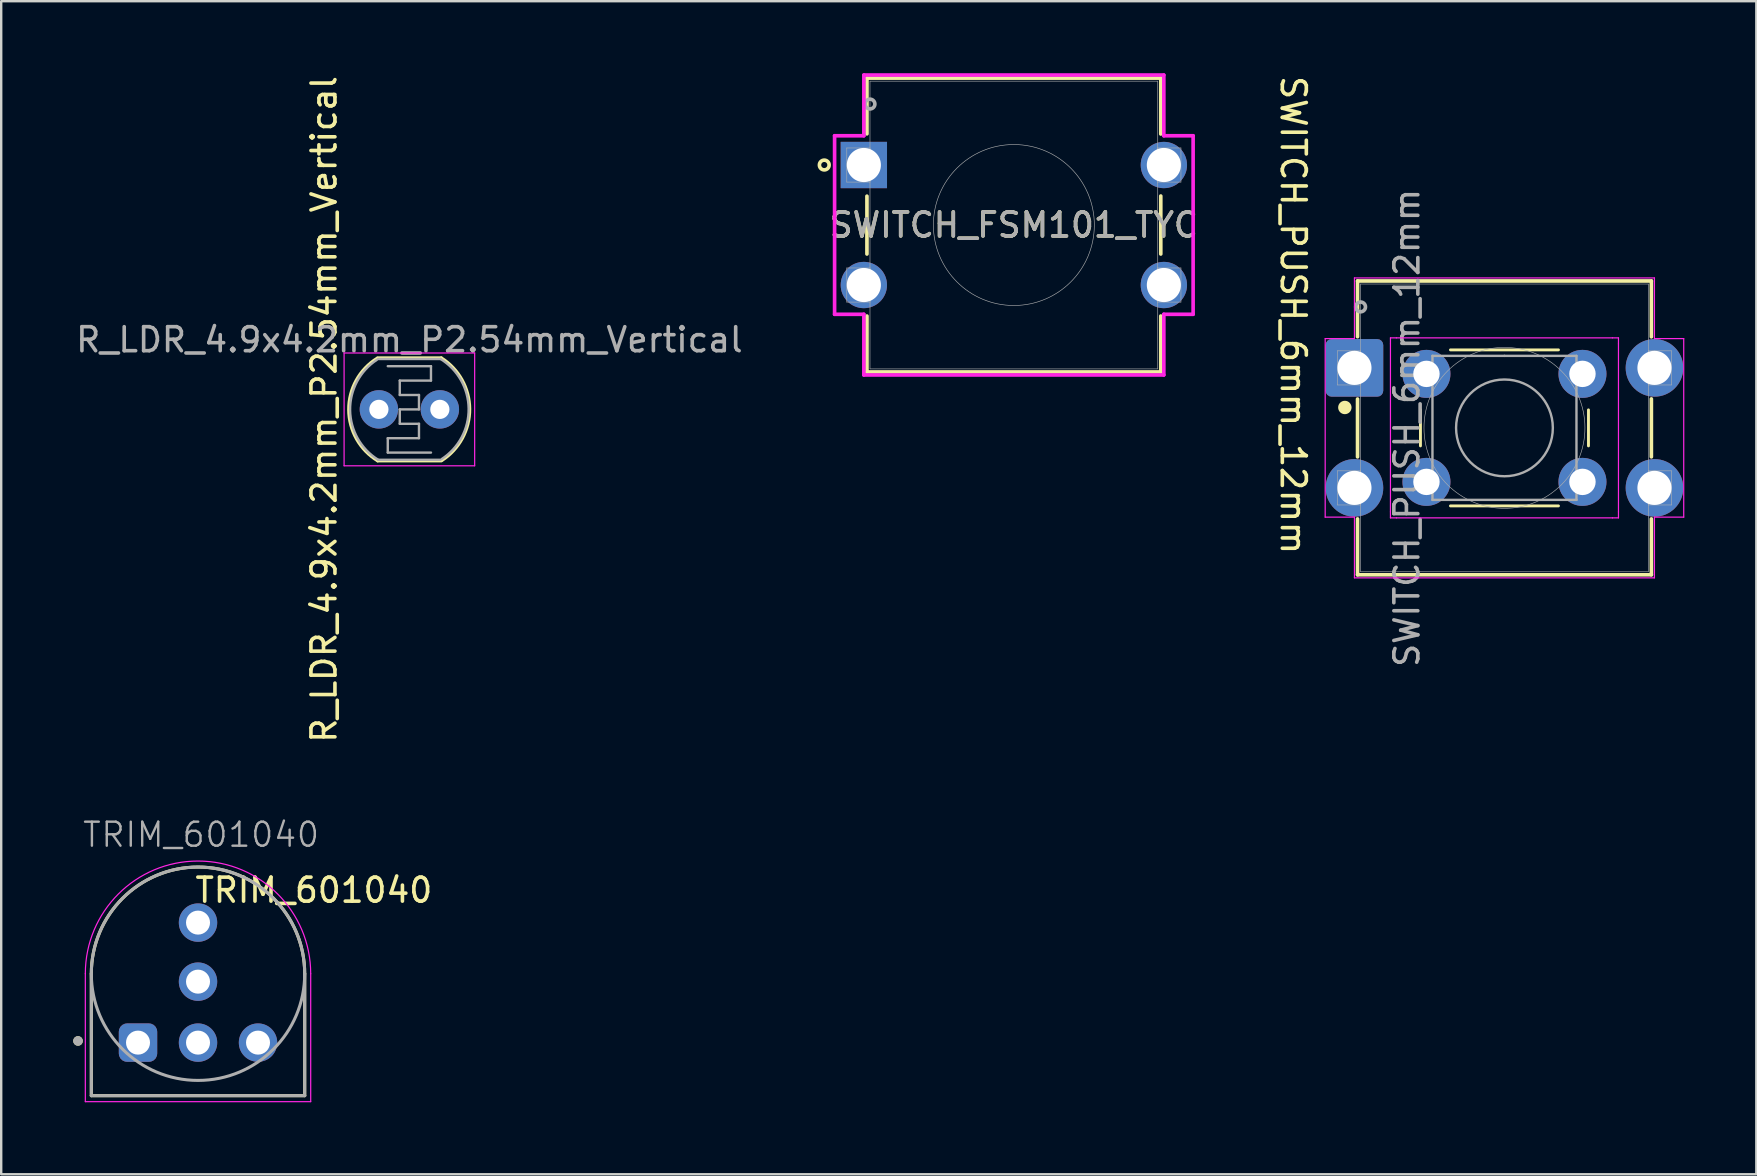
<source format=kicad_pcb>
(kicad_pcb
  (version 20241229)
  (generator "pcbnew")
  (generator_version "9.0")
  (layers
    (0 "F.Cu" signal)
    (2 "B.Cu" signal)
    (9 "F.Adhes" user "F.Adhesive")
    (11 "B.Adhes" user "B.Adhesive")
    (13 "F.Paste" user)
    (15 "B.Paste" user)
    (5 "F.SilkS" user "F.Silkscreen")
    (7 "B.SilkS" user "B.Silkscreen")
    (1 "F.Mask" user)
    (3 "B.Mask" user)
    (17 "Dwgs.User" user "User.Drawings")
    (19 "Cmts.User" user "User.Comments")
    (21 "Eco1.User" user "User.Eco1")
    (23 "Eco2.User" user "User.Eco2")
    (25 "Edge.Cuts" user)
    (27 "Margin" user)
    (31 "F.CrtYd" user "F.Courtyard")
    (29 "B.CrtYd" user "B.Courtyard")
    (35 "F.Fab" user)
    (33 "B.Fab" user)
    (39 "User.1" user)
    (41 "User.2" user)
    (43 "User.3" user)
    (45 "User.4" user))
  (footprint "R_LDR_4.9x4.2mm_P2.54mm_Vertical"
    (layer "F.Cu")
    (at 12.736 14.006)
    (property "Reference" "R_LDR_4.9x4.2mm_P2.54mm_Vertical" (at -2.286 0 90) (layer "F.SilkS") (effects (font (size 1 1) (thickness 0.15))))
    (attr through_hole)
    (fp_line (start -0.05 -2.15) (end 2.6 -2.15) (stroke (width 0.12) (type solid)) (layer "F.SilkS"))
    (fp_line (start -0.05 2.15) (end 2.6 2.15) (stroke (width 0.12) (type solid)) (layer "F.SilkS"))
    (fp_arc (start -0.05 2.15) (mid -1.262424 0.01494) (end -0.075476 -2.134388) (stroke (width 0.12) (type solid)) (layer "F.SilkS"))
    (fp_arc (start 2.6 -2.15) (mid 3.788646 -0.016616) (end 2.628027 2.132145) (stroke (width 0.12) (type solid)) (layer "F.SilkS"))
    (fp_line (start -1.45 -2.35) (end -1.45 2.35) (stroke (width 0.05) (type solid)) (layer "F.CrtYd"))
    (fp_line (start -1.45 -2.35) (end 3.99 -2.35) (stroke (width 0.05) (type solid)) (layer "F.CrtYd"))
    (fp_line (start 3.99 2.35) (end -1.45 2.35) (stroke (width 0.05) (type solid)) (layer "F.CrtYd"))
    (fp_line (start 3.99 2.35) (end 3.99 -2.35) (stroke (width 0.05) (type solid)) (layer "F.CrtYd"))
    (fp_line (start -0.03 -2.1) (end 2.57 -2.1) (stroke (width 0.1) (type solid)) (layer "F.Fab"))
    (fp_line (start 0.37 -1.8) (end 2.17 -1.8) (stroke (width 0.1) (type solid)) (layer "F.Fab"))
    (fp_line (start 0.37 1.2) (end 0.37 1.8) (stroke (width 0.1) (type solid)) (layer "F.Fab"))
    (fp_line (start 0.37 1.2) (end 1.67 1.2) (stroke (width 0.1) (type solid)) (layer "F.Fab"))
    (fp_line (start 0.37 1.8) (end 2.17 1.8) (stroke (width 0.1) (type solid)) (layer "F.Fab"))
    (fp_line (start 0.87 -1.2) (end 0.87 -0.6) (stroke (width 0.1) (type solid)) (layer "F.Fab"))
    (fp_line (start 0.87 -1.2) (end 2.17 -1.2) (stroke (width 0.1) (type solid)) (layer "F.Fab"))
    (fp_line (start 0.87 0) (end 0.87 0.6) (stroke (width 0.1) (type solid)) (layer "F.Fab"))
    (fp_line (start 0.87 0) (end 1.67 0) (stroke (width 0.1) (type solid)) (layer "F.Fab"))
    (fp_line (start 1.67 -0.6) (end 0.87 -0.6) (stroke (width 0.1) (type solid)) (layer "F.Fab"))
    (fp_line (start 1.67 -0.6) (end 1.67 0) (stroke (width 0.1) (type solid)) (layer "F.Fab"))
    (fp_line (start 1.67 0.6) (end 0.87 0.6) (stroke (width 0.1) (type solid)) (layer "F.Fab"))
    (fp_line (start 1.67 0.6) (end 1.67 1.2) (stroke (width 0.1) (type solid)) (layer "F.Fab"))
    (fp_line (start 2.17 -1.8) (end 2.17 -1.2) (stroke (width 0.1) (type solid)) (layer "F.Fab"))
    (fp_line (start 2.57 2.1) (end -0.03 2.1) (stroke (width 0.1) (type solid)) (layer "F.Fab"))
    (fp_arc (start -0.03 2.1) (mid -1.199612 0.031921) (end -0.083843 -2.065698) (stroke (width 0.1) (type solid)) (layer "F.Fab"))
    (fp_arc (start 2.57 -2.1) (mid 3.739612 -0.031921) (end 2.623843 2.065698) (stroke (width 0.1) (type solid)) (layer "F.Fab"))
    (fp_text user "${REFERENCE}" (at 1.27 -2.9 0) (layer "F.Fab") (effects (font (size 1 1) (thickness 0.15))))
    (pad "1" thru_hole circle (at 0 0) (size 1.6 1.6) (drill 0.8) (layers "*.Cu" "*.Mask"))
    (pad "2" thru_hole circle (at 2.54 0) (size 1.6 1.6) (drill 0.8) (layers "*.Cu" "*.Mask")))
  (footprint "SWITCH_PUSH_6mm_12mm"
    (layer "F.Cu")
    (at 59.631 14.777)
    (property "Reference" "SWITCH_PUSH_6mm_12mm" (at -8.8 -4.7 270) (unlocked yes) (layer "F.SilkS") (effects (font (size 1 1) (thickness 0.15))))
    (attr through_hole)
    (fp_line (start -6.121 -6.121) (end -6.121 -3.798) (stroke (width 0.152) (type solid)) (layer "F.SilkS"))
    (fp_line (start -6.121 -1.202) (end -6.121 1.208) (stroke (width 0.152) (type solid)) (layer "F.SilkS"))
    (fp_line (start -6.121 3.792) (end -6.121 6.121) (stroke (width 0.152) (type solid)) (layer "F.SilkS"))
    (fp_line (start -6.121 6.121) (end 6.121 6.121) (stroke (width 0.152) (type solid)) (layer "F.SilkS"))
    (fp_line (start -3.5 -0.75) (end -3.5 0.75) (stroke (width 0.12) (type solid)) (layer "F.SilkS"))
    (fp_line (start -2.25 3.25) (end 2.25 3.25) (stroke (width 0.12) (type solid)) (layer "F.SilkS"))
    (fp_line (start 2.25 -3.25) (end -2.25 -3.25) (stroke (width 0.12) (type solid)) (layer "F.SilkS"))
    (fp_line (start 3.5 0.75) (end 3.5 -0.75) (stroke (width 0.12) (type solid)) (layer "F.SilkS"))
    (fp_line (start 6.121 -6.121) (end -6.121 -6.121) (stroke (width 0.152) (type solid)) (layer "F.SilkS"))
    (fp_line (start 6.121 -3.792) (end 6.121 -6.121) (stroke (width 0.152) (type solid)) (layer "F.SilkS"))
    (fp_line (start 6.121 1.208) (end 6.121 -1.208) (stroke (width 0.152) (type solid)) (layer "F.SilkS"))
    (fp_line (start 6.121 6.121) (end 6.121 3.792) (stroke (width 0.152) (type solid)) (layer "F.SilkS"))
    (fp_circle (center -6.65 -0.85) (end -6.447 -0.85) (stroke (width 0.152) (type solid)) (fill yes) (layer "F.SilkS"))
    (fp_line (start -7.469 -3.719) (end -6.25 -3.719) (stroke (width 0.05) (type solid)) (layer "F.CrtYd"))
    (fp_line (start -7.469 3.719) (end -7.469 -3.719) (stroke (width 0.05) (type solid)) (layer "F.CrtYd"))
    (fp_line (start -7.469 3.719) (end -6.25 3.719) (stroke (width 0.05) (type solid)) (layer "F.CrtYd"))
    (fp_line (start -6.25 -6.248) (end 6.248 -6.248) (stroke (width 0.05) (type solid)) (layer "F.CrtYd"))
    (fp_line (start -6.25 -3.719) (end -6.25 -6.248) (stroke (width 0.05) (type solid)) (layer "F.CrtYd"))
    (fp_line (start -6.25 6.248) (end -6.25 3.719) (stroke (width 0.05) (type solid)) (layer "F.CrtYd"))
    (fp_line (start -4.75 -3.75) (end -4.5 -3.75) (stroke (width 0.05) (type solid)) (layer "F.CrtYd"))
    (fp_line (start -4.75 -3.5) (end -4.75 -3.75) (stroke (width 0.05) (type solid)) (layer "F.CrtYd"))
    (fp_line (start -4.75 3.5) (end -4.75 -3.5) (stroke (width 0.05) (type solid)) (layer "F.CrtYd"))
    (fp_line (start -4.75 3.5) (end -4.75 3.75) (stroke (width 0.05) (type solid)) (layer "F.CrtYd"))
    (fp_line (start -4.75 3.75) (end -4.5 3.75) (stroke (width 0.05) (type solid)) (layer "F.CrtYd"))
    (fp_line (start -4.5 -3.75) (end 4.5 -3.75) (stroke (width 0.05) (type solid)) (layer "F.CrtYd"))
    (fp_line (start 4.5 -3.75) (end 4.75 -3.75) (stroke (width 0.05) (type solid)) (layer "F.CrtYd"))
    (fp_line (start 4.5 3.75) (end -4.5 3.75) (stroke (width 0.05) (type solid)) (layer "F.CrtYd"))
    (fp_line (start 4.5 3.75) (end 4.75 3.75) (stroke (width 0.05) (type solid)) (layer "F.CrtYd"))
    (fp_line (start 4.75 -3.75) (end 4.75 -3.5) (stroke (width 0.05) (type solid)) (layer "F.CrtYd"))
    (fp_line (start 4.75 -3.5) (end 4.75 3.5) (stroke (width 0.05) (type solid)) (layer "F.CrtYd"))
    (fp_line (start 4.75 3.75) (end 4.75 3.5) (stroke (width 0.05) (type solid)) (layer "F.CrtYd"))
    (fp_line (start 6.248 -6.248) (end 6.248 -3.719) (stroke (width 0.05) (type solid)) (layer "F.CrtYd"))
    (fp_line (start 6.248 3.719) (end 6.248 6.248) (stroke (width 0.05) (type solid)) (layer "F.CrtYd"))
    (fp_line (start 6.248 6.248) (end -6.25 6.248) (stroke (width 0.05) (type solid)) (layer "F.CrtYd"))
    (fp_line (start 7.469 -3.719) (end 6.248 -3.719) (stroke (width 0.05) (type solid)) (layer "F.CrtYd"))
    (fp_line (start 7.469 -3.719) (end 7.469 3.719) (stroke (width 0.05) (type solid)) (layer "F.CrtYd"))
    (fp_line (start 7.469 3.719) (end 6.248 3.719) (stroke (width 0.05) (type solid)) (layer "F.CrtYd"))
    (fp_line (start -6.961 -3.211) (end -6.961 -1.789) (stroke (width 0.025) (type solid)) (layer "F.Fab"))
    (fp_line (start -6.961 -1.789) (end -5.994 -1.789) (stroke (width 0.025) (type solid)) (layer "F.Fab"))
    (fp_line (start -6.961 1.789) (end -6.961 3.211) (stroke (width 0.025) (type solid)) (layer "F.Fab"))
    (fp_line (start -6.961 3.211) (end -5.994 3.211) (stroke (width 0.025) (type solid)) (layer "F.Fab"))
    (fp_line (start -5.994 -5.994) (end -5.994 5.994) (stroke (width 0.025) (type solid)) (layer "F.Fab"))
    (fp_line (start -5.994 -3.211) (end -6.961 -3.211) (stroke (width 0.025) (type solid)) (layer "F.Fab"))
    (fp_line (start -5.994 -1.789) (end -5.994 -3.211) (stroke (width 0.025) (type solid)) (layer "F.Fab"))
    (fp_line (start -5.994 1.789) (end -6.961 1.789) (stroke (width 0.025) (type solid)) (layer "F.Fab"))
    (fp_line (start -5.994 3.211) (end -5.994 1.789) (stroke (width 0.025) (type solid)) (layer "F.Fab"))
    (fp_line (start -5.994 5.994) (end 5.994 5.994) (stroke (width 0.025) (type solid)) (layer "F.Fab"))
    (fp_line (start -3 -3) (end 0 -3) (stroke (width 0.1) (type solid)) (layer "F.Fab"))
    (fp_line (start -3 3) (end -3 -3) (stroke (width 0.1) (type solid)) (layer "F.Fab"))
    (fp_line (start 0 -3) (end 3 -3) (stroke (width 0.1) (type solid)) (layer "F.Fab"))
    (fp_line (start 3 -3) (end 3 3) (stroke (width 0.1) (type solid)) (layer "F.Fab"))
    (fp_line (start 3 3) (end -3 3) (stroke (width 0.1) (type solid)) (layer "F.Fab"))
    (fp_line (start 5.994 -5.994) (end -5.994 -5.994) (stroke (width 0.025) (type solid)) (layer "F.Fab"))
    (fp_line (start 5.994 -3.211) (end 5.994 -1.789) (stroke (width 0.025) (type solid)) (layer "F.Fab"))
    (fp_line (start 5.994 -1.789) (end 6.961 -1.789) (stroke (width 0.025) (type solid)) (layer "F.Fab"))
    (fp_line (start 5.994 1.789) (end 5.994 3.211) (stroke (width 0.025) (type solid)) (layer "F.Fab"))
    (fp_line (start 5.994 3.211) (end 6.961 3.211) (stroke (width 0.025) (type solid)) (layer "F.Fab"))
    (fp_line (start 5.994 5.994) (end 5.994 -5.994) (stroke (width 0.025) (type solid)) (layer "F.Fab"))
    (fp_line (start 6.961 -3.211) (end 5.994 -3.211) (stroke (width 0.025) (type solid)) (layer "F.Fab"))
    (fp_line (start 6.961 -1.789) (end 6.961 -3.211) (stroke (width 0.025) (type solid)) (layer "F.Fab"))
    (fp_line (start 6.961 1.789) (end 5.994 1.789) (stroke (width 0.025) (type solid)) (layer "F.Fab"))
    (fp_line (start 6.961 3.211) (end 6.961 1.789) (stroke (width 0.025) (type solid)) (layer "F.Fab"))
    (fp_circle (center -5.994 -5.04) (end -5.791 -5.04) (stroke (width 0.152) (type solid)) (fill no) (layer "F.Fab"))
    (fp_circle (center 0 0) (end -2 0.25) (stroke (width 0.1) (type solid)) (fill no) (layer "F.Fab"))
    (fp_circle (center 0 0) (end 3.353 0) (stroke (width 0.025) (type solid)) (fill no) (layer "F.Fab"))
    (fp_text user "${REFERENCE}" (at -4.064 0 90) (layer "F.Fab") (effects (font (size 1 1) (thickness 0.15))))
    (pad "1" thru_hole roundrect (at -6.25 -2.5) (size 2.4 2.4) (drill 1.422) (layers "*.Cu" "*.Mask") (roundrect_rratio 0.104))
    (pad "1" thru_hole circle (at -3.25 -2.25 90) (size 2 2) (drill 1.1) (layers "*.Cu" "*.Mask"))
    (pad "1" thru_hole circle (at 3.25 -2.25 90) (size 2 2) (drill 1.1) (layers "*.Cu" "*.Mask"))
    (pad "1" thru_hole circle (at 6.25 -2.5) (size 2.4 2.4) (drill 1.422) (layers "*.Cu" "*.Mask"))
    (pad "2" thru_hole circle (at -6.25 2.5) (size 2.4 2.4) (drill 1.422) (layers "*.Cu" "*.Mask"))
    (pad "2" thru_hole circle (at -3.25 2.25 90) (size 2 2) (drill 1.1) (layers "*.Cu" "*.Mask"))
    (pad "2" thru_hole circle (at 3.25 2.25 90) (size 2 2) (drill 1.1) (layers "*.Cu" "*.Mask"))
    (pad "2" thru_hole circle (at 6.25 2.5) (size 2.4 2.4) (drill 1.422) (layers "*.Cu" "*.Mask")))
  (footprint "SWITCH_FSM101_TYC"
    (layer "F.Cu")
    (at 32.941 3.825)
    (property "Reference" "SWITCH_FSM101_TYC" (at 6.25 2.5 0) (unlocked yes) (layer "F.SilkS") (effects (font (size 1 1) (thickness 0.15))))
    (attr through_hole)
    (fp_line (start 0.129 -3.621) (end 0.129 -1.298) (stroke (width 0.152) (type solid)) (layer "F.SilkS"))
    (fp_line (start 0.129 1.298) (end 0.129 3.708) (stroke (width 0.152) (type solid)) (layer "F.SilkS"))
    (fp_line (start 0.129 6.292) (end 0.129 8.621) (stroke (width 0.152) (type solid)) (layer "F.SilkS"))
    (fp_line (start 0.129 8.621) (end 12.371 8.621) (stroke (width 0.152) (type solid)) (layer "F.SilkS"))
    (fp_line (start 12.371 -3.621) (end 0.129 -3.621) (stroke (width 0.152) (type solid)) (layer "F.SilkS"))
    (fp_line (start 12.371 -1.292) (end 12.371 -3.621) (stroke (width 0.152) (type solid)) (layer "F.SilkS"))
    (fp_line (start 12.371 3.708) (end 12.371 1.292) (stroke (width 0.152) (type solid)) (layer "F.SilkS"))
    (fp_line (start 12.371 8.621) (end 12.371 6.292) (stroke (width 0.152) (type solid)) (layer "F.SilkS"))
    (fp_circle (center -1.649 0) (end -1.446 0) (stroke (width 0.152) (type solid)) (fill no) (layer "F.SilkS"))
    (fp_line (start -1.219 -1.219) (end 0 -1.219) (stroke (width 0.152) (type solid)) (layer "F.CrtYd"))
    (fp_line (start -1.219 6.219) (end -1.219 -1.219) (stroke (width 0.152) (type solid)) (layer "F.CrtYd"))
    (fp_line (start -1.219 6.219) (end 0 6.219) (stroke (width 0.152) (type solid)) (layer "F.CrtYd"))
    (fp_line (start 0 -3.748) (end 12.498 -3.748) (stroke (width 0.152) (type solid)) (layer "F.CrtYd"))
    (fp_line (start 0 -1.219) (end 0 -3.748) (stroke (width 0.152) (type solid)) (layer "F.CrtYd"))
    (fp_line (start 0 8.748) (end 0 6.219) (stroke (width 0.152) (type solid)) (layer "F.CrtYd"))
    (fp_line (start 12.498 -3.748) (end 12.498 -1.219) (stroke (width 0.152) (type solid)) (layer "F.CrtYd"))
    (fp_line (start 12.498 6.219) (end 12.498 8.748) (stroke (width 0.152) (type solid)) (layer "F.CrtYd"))
    (fp_line (start 12.498 8.748) (end 0 8.748) (stroke (width 0.152) (type solid)) (layer "F.CrtYd"))
    (fp_line (start 13.719 -1.219) (end 12.498 -1.219) (stroke (width 0.152) (type solid)) (layer "F.CrtYd"))
    (fp_line (start 13.719 -1.219) (end 13.719 6.219) (stroke (width 0.152) (type solid)) (layer "F.CrtYd"))
    (fp_line (start 13.719 6.219) (end 12.498 6.219) (stroke (width 0.152) (type solid)) (layer "F.CrtYd"))
    (fp_line (start -0.711 -0.711) (end -0.711 0.711) (stroke (width 0.025) (type solid)) (layer "F.Fab"))
    (fp_line (start -0.711 0.711) (end 0.256 0.711) (stroke (width 0.025) (type solid)) (layer "F.Fab"))
    (fp_line (start -0.711 4.289) (end -0.711 5.711) (stroke (width 0.025) (type solid)) (layer "F.Fab"))
    (fp_line (start -0.711 5.711) (end 0.256 5.711) (stroke (width 0.025) (type solid)) (layer "F.Fab"))
    (fp_line (start 0.256 -3.494) (end 0.256 8.494) (stroke (width 0.025) (type solid)) (layer "F.Fab"))
    (fp_line (start 0.256 -0.711) (end -0.711 -0.711) (stroke (width 0.025) (type solid)) (layer "F.Fab"))
    (fp_line (start 0.256 0.711) (end 0.256 -0.711) (stroke (width 0.025) (type solid)) (layer "F.Fab"))
    (fp_line (start 0.256 4.289) (end -0.711 4.289) (stroke (width 0.025) (type solid)) (layer "F.Fab"))
    (fp_line (start 0.256 5.711) (end 0.256 4.289) (stroke (width 0.025) (type solid)) (layer "F.Fab"))
    (fp_line (start 0.256 8.494) (end 12.244 8.494) (stroke (width 0.025) (type solid)) (layer "F.Fab"))
    (fp_line (start 12.244 -3.494) (end 0.256 -3.494) (stroke (width 0.025) (type solid)) (layer "F.Fab"))
    (fp_line (start 12.244 -0.711) (end 12.244 0.711) (stroke (width 0.025) (type solid)) (layer "F.Fab"))
    (fp_line (start 12.244 0.711) (end 13.211 0.711) (stroke (width 0.025) (type solid)) (layer "F.Fab"))
    (fp_line (start 12.244 4.289) (end 12.244 5.711) (stroke (width 0.025) (type solid)) (layer "F.Fab"))
    (fp_line (start 12.244 5.711) (end 13.211 5.711) (stroke (width 0.025) (type solid)) (layer "F.Fab"))
    (fp_line (start 12.244 8.494) (end 12.244 -3.494) (stroke (width 0.025) (type solid)) (layer "F.Fab"))
    (fp_line (start 13.211 -0.711) (end 12.244 -0.711) (stroke (width 0.025) (type solid)) (layer "F.Fab"))
    (fp_line (start 13.211 0.711) (end 13.211 -0.711) (stroke (width 0.025) (type solid)) (layer "F.Fab"))
    (fp_line (start 13.211 4.289) (end 12.244 4.289) (stroke (width 0.025) (type solid)) (layer "F.Fab"))
    (fp_line (start 13.211 5.711) (end 13.211 4.289) (stroke (width 0.025) (type solid)) (layer "F.Fab"))
    (fp_circle (center 0.256 -2.54) (end 0.459 -2.54) (stroke (width 0.152) (type solid)) (fill no) (layer "F.Fab"))
    (fp_circle (center 6.25 2.5) (end 9.603 2.5) (stroke (width 0.025) (type solid)) (fill no) (layer "F.Fab"))
    (fp_text user "${REFERENCE}" (at 6.25 2.5 0) (unlocked yes) (layer "F.Fab") (effects (font (size 1 1) (thickness 0.15))))
    (pad "1" thru_hole rect (at 0 0) (size 1.93 1.93) (drill 1.422) (layers "*.Cu" "*.Mask"))
    (pad "2" thru_hole circle (at 0 5) (size 1.93 1.93) (drill 1.422) (layers "*.Cu" "*.Mask"))
    (pad "3" thru_hole circle (at 12.5 5) (size 1.93 1.93) (drill 1.422) (layers "*.Cu" "*.Mask"))
    (pad "4" thru_hole circle (at 12.5 0) (size 1.93 1.93) (drill 1.422) (layers "*.Cu" "*.Mask")))
  (footprint "TRIM_601040"
    (layer "F.Cu")
    (at 5.2 37.519)
    (property "Reference" "TRIM_601040" (at 4.826 -3.48 180) (layer "F.SilkS") (effects (font (size 1 1) (thickness 0.15))))
    (attr through_hole)
    (fp_line (start -4.445 0) (end -4.445 5.08) (stroke (width 0.127) (type solid)) (layer "F.SilkS"))
    (fp_line (start -4.445 5.08) (end 4.445 5.08) (stroke (width 0.127) (type solid)) (layer "F.SilkS"))
    (fp_line (start 4.445 0) (end 4.445 5.08) (stroke (width 0.127) (type solid)) (layer "F.SilkS"))
    (fp_arc (start -4.445 0) (mid 0 -4.445) (end 4.445 0) (stroke (width 0.127) (type solid)) (layer "F.SilkS"))
    (fp_circle (center -5 2.8) (end -4.9 2.8) (stroke (width 0.2) (type solid)) (fill no) (layer "F.SilkS"))
    (fp_line (start -4.695 0) (end -4.695 5.33) (stroke (width 0.05) (type solid)) (layer "F.CrtYd"))
    (fp_line (start -4.695 5.33) (end 4.695 5.33) (stroke (width 0.05) (type solid)) (layer "F.CrtYd"))
    (fp_line (start 4.695 5.33) (end 4.695 0) (stroke (width 0.05) (type solid)) (layer "F.CrtYd"))
    (fp_arc (start -4.695 0) (mid 0 -4.695) (end 4.695 0) (stroke (width 0.05) (type solid)) (layer "F.CrtYd"))
    (fp_line (start -4.445 0) (end -4.445 5.08) (stroke (width 0.127) (type solid)) (layer "F.Fab"))
    (fp_line (start -4.445 5.08) (end 4.445 5.08) (stroke (width 0.127) (type solid)) (layer "F.Fab"))
    (fp_line (start 4.445 5.08) (end 4.445 0) (stroke (width 0.127) (type solid)) (layer "F.Fab"))
    (fp_circle (center -5 2.8) (end -4.9 2.8) (stroke (width 0.2) (type solid)) (fill no) (layer "F.Fab"))
    (fp_circle (center 0 0) (end 4.445 0) (stroke (width 0.127) (type solid)) (fill no) (layer "F.Fab"))
    (fp_text user "${REFERENCE}" (at 0.127 -5.207 0) (unlocked yes) (layer "F.Fab") (effects (font (size 1 1) (thickness 0.1)) (justify bottom)))
    (pad "1" thru_hole roundrect (at -2.5 2.87) (size 1.6 1.6) (drill 1) (layers "*.Cu" "*.Mask") (roundrect_rratio 0.216))
    (pad "2" thru_hole circle (at 0 -2.13) (size 1.6 1.6) (drill 1) (layers "*.Cu" "*.Mask"))
    (pad "2" thru_hole circle (at 0 0.33) (size 1.6 1.6) (drill 1) (layers "*.Cu" "*.Mask"))
    (pad "2" thru_hole circle (at 0 2.87) (size 1.6 1.6) (drill 1) (layers "*.Cu" "*.Mask"))
    (pad "3" thru_hole circle (at 2.5 2.87) (size 1.6 1.6) (drill 1) (layers "*.Cu" "*.Mask")))
  (gr_rect
    (start -3 -3)
    (end 70.125 45.874)
    (stroke (width 0.1) (type default))
    (fill no)
    (layer "Edge.Cuts")))
</source>
